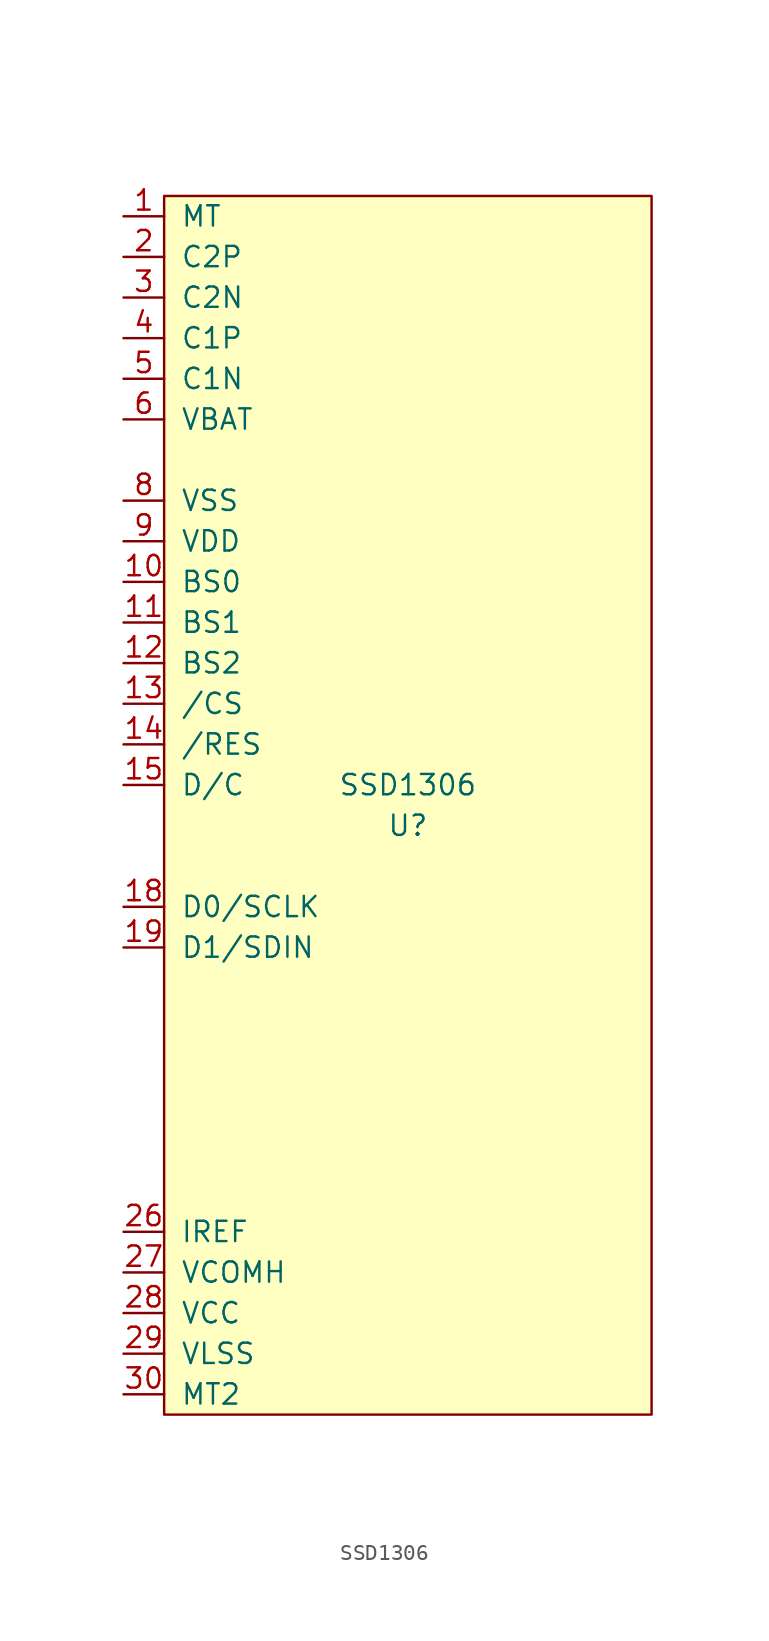
<source format=kicad_sym>
(kicad_symbol_lib
  (version 20220914)
  (generator kicad_symbol_editor)
  (symbol "SSD1306"
    (pin_names
      (offset 1.016))
    (property "Reference" "U"
      (at 0 -1.27 0)
      (effects (font (size 1.27 1.27))))
    (property "Value" "SSD1306"
      (at 0 1.27 0)
      (effects (font (size 1.27 1.27))))
    (symbol "SSD1306_0_1"
      (rectangle (start -15.24 38.1) (end 15.24 -38.1) (stroke (width 0) (type default)) (fill (type background))))
    (symbol "SSD1306_1_1"
      (pin passive line (at -17.78 36.83 0) (length 2.54) (name "MT" (effects (font (size 1.27 1.27)))) (number "1" (effects (font (size 1.27 1.27)))))
      (pin input line (at -17.78 13.97 0) (length 2.54) (name "BS0" (effects (font (size 1.27 1.27)))) (number "10" (effects (font (size 1.27 1.27)))))
      (pin input line (at -17.78 11.43 0) (length 2.54) (name "BS1" (effects (font (size 1.27 1.27)))) (number "11" (effects (font (size 1.27 1.27)))))
      (pin input line (at -17.78 8.89 0) (length 2.54) (name "BS2" (effects (font (size 1.27 1.27)))) (number "12" (effects (font (size 1.27 1.27)))))
      (pin input line (at -17.78 6.35 0) (length 2.54) (name "/CS" (effects (font (size 1.27 1.27)))) (number "13" (effects (font (size 1.27 1.27)))))
      (pin input line (at -17.78 3.81 0) (length 2.54) (name "/RES" (effects (font (size 1.27 1.27)))) (number "14" (effects (font (size 1.27 1.27)))))
      (pin input line (at -17.78 1.27 0) (length 2.54) (name "D/C" (effects (font (size 1.27 1.27)))) (number "15" (effects (font (size 1.27 1.27)))))
      (pin no_connect line (at -17.78 -1.27 0) (length 2.54) hide (name "NC" (effects (font (size 1.27 1.27)))) (number "16" (effects (font (size 1.27 1.27)))))
      (pin no_connect line (at -17.78 -3.81 0) (length 2.54) hide (name "NC" (effects (font (size 1.27 1.27)))) (number "17" (effects (font (size 1.27 1.27)))))
      (pin bidirectional line (at -17.78 -6.35 0) (length 2.54) (name "D0/SCLK" (effects (font (size 1.27 1.27)))) (number "18" (effects (font (size 1.27 1.27)))))
      (pin bidirectional line (at -17.78 -8.89 0) (length 2.54) (name "D1/SDIN" (effects (font (size 1.27 1.27)))) (number "19" (effects (font (size 1.27 1.27)))))
      (pin bidirectional line (at -17.78 34.29 0) (length 2.54) (name "C2P" (effects (font (size 1.27 1.27)))) (number "2" (effects (font (size 1.27 1.27)))))
      (pin no_connect line (at -17.78 -11.43 0) (length 2.54) hide (name "NC" (effects (font (size 1.27 1.27)))) (number "20" (effects (font (size 1.27 1.27)))))
      (pin no_connect line (at -17.78 -13.97 0) (length 2.54) hide (name "NC" (effects (font (size 1.27 1.27)))) (number "21" (effects (font (size 1.27 1.27)))))
      (pin no_connect line (at -17.78 -16.51 0) (length 2.54) hide (name "NC" (effects (font (size 1.27 1.27)))) (number "22" (effects (font (size 1.27 1.27)))))
      (pin no_connect line (at -17.78 -19.05 0) (length 2.54) hide (name "NC" (effects (font (size 1.27 1.27)))) (number "23" (effects (font (size 1.27 1.27)))))
      (pin no_connect line (at -17.78 -21.59 0) (length 2.54) hide (name "NC" (effects (font (size 1.27 1.27)))) (number "24" (effects (font (size 1.27 1.27)))))
      (pin no_connect line (at -17.78 -24.13 0) (length 2.54) hide (name "NC" (effects (font (size 1.27 1.27)))) (number "25" (effects (font (size 1.27 1.27)))))
      (pin input line (at -17.78 -26.67 0) (length 2.54) (name "IREF" (effects (font (size 1.27 1.27)))) (number "26" (effects (font (size 1.27 1.27)))))
      (pin input line (at -17.78 -29.21 0) (length 2.54) (name "VCOMH" (effects (font (size 1.27 1.27)))) (number "27" (effects (font (size 1.27 1.27)))))
      (pin power_in line (at -17.78 -31.75 0) (length 2.54) (name "VCC" (effects (font (size 1.27 1.27)))) (number "28" (effects (font (size 1.27 1.27)))))
      (pin power_in line (at -17.78 -34.29 0) (length 2.54) (name "VLSS" (effects (font (size 1.27 1.27)))) (number "29" (effects (font (size 1.27 1.27)))))
      (pin bidirectional line (at -17.78 31.75 0) (length 2.54) (name "C2N" (effects (font (size 1.27 1.27)))) (number "3" (effects (font (size 1.27 1.27)))))
      (pin power_in line (at -17.78 -36.83 0) (length 2.54) (name "MT2" (effects (font (size 1.27 1.27)))) (number "30" (effects (font (size 1.27 1.27)))))
      (pin bidirectional line (at -17.78 29.21 0) (length 2.54) (name "C1P" (effects (font (size 1.27 1.27)))) (number "4" (effects (font (size 1.27 1.27)))))
      (pin bidirectional line (at -17.78 26.67 0) (length 2.54) (name "C1N" (effects (font (size 1.27 1.27)))) (number "5" (effects (font (size 1.27 1.27)))))
      (pin power_in line (at -17.78 24.13 0) (length 2.54) (name "VBAT" (effects (font (size 1.27 1.27)))) (number "6" (effects (font (size 1.27 1.27)))))
      (pin no_connect line (at -17.78 21.59 0) (length 2.54) hide (name "NC" (effects (font (size 1.27 1.27)))) (number "7" (effects (font (size 1.27 1.27)))))
      (pin power_in line (at -17.78 19.05 0) (length 2.54) (name "VSS" (effects (font (size 1.27 1.27)))) (number "8" (effects (font (size 1.27 1.27)))))
      (pin power_in line (at -17.78 16.51 0) (length 2.54) (name "VDD" (effects (font (size 1.27 1.27)))) (number "9" (effects (font (size 1.27 1.27))))))))
</source>
